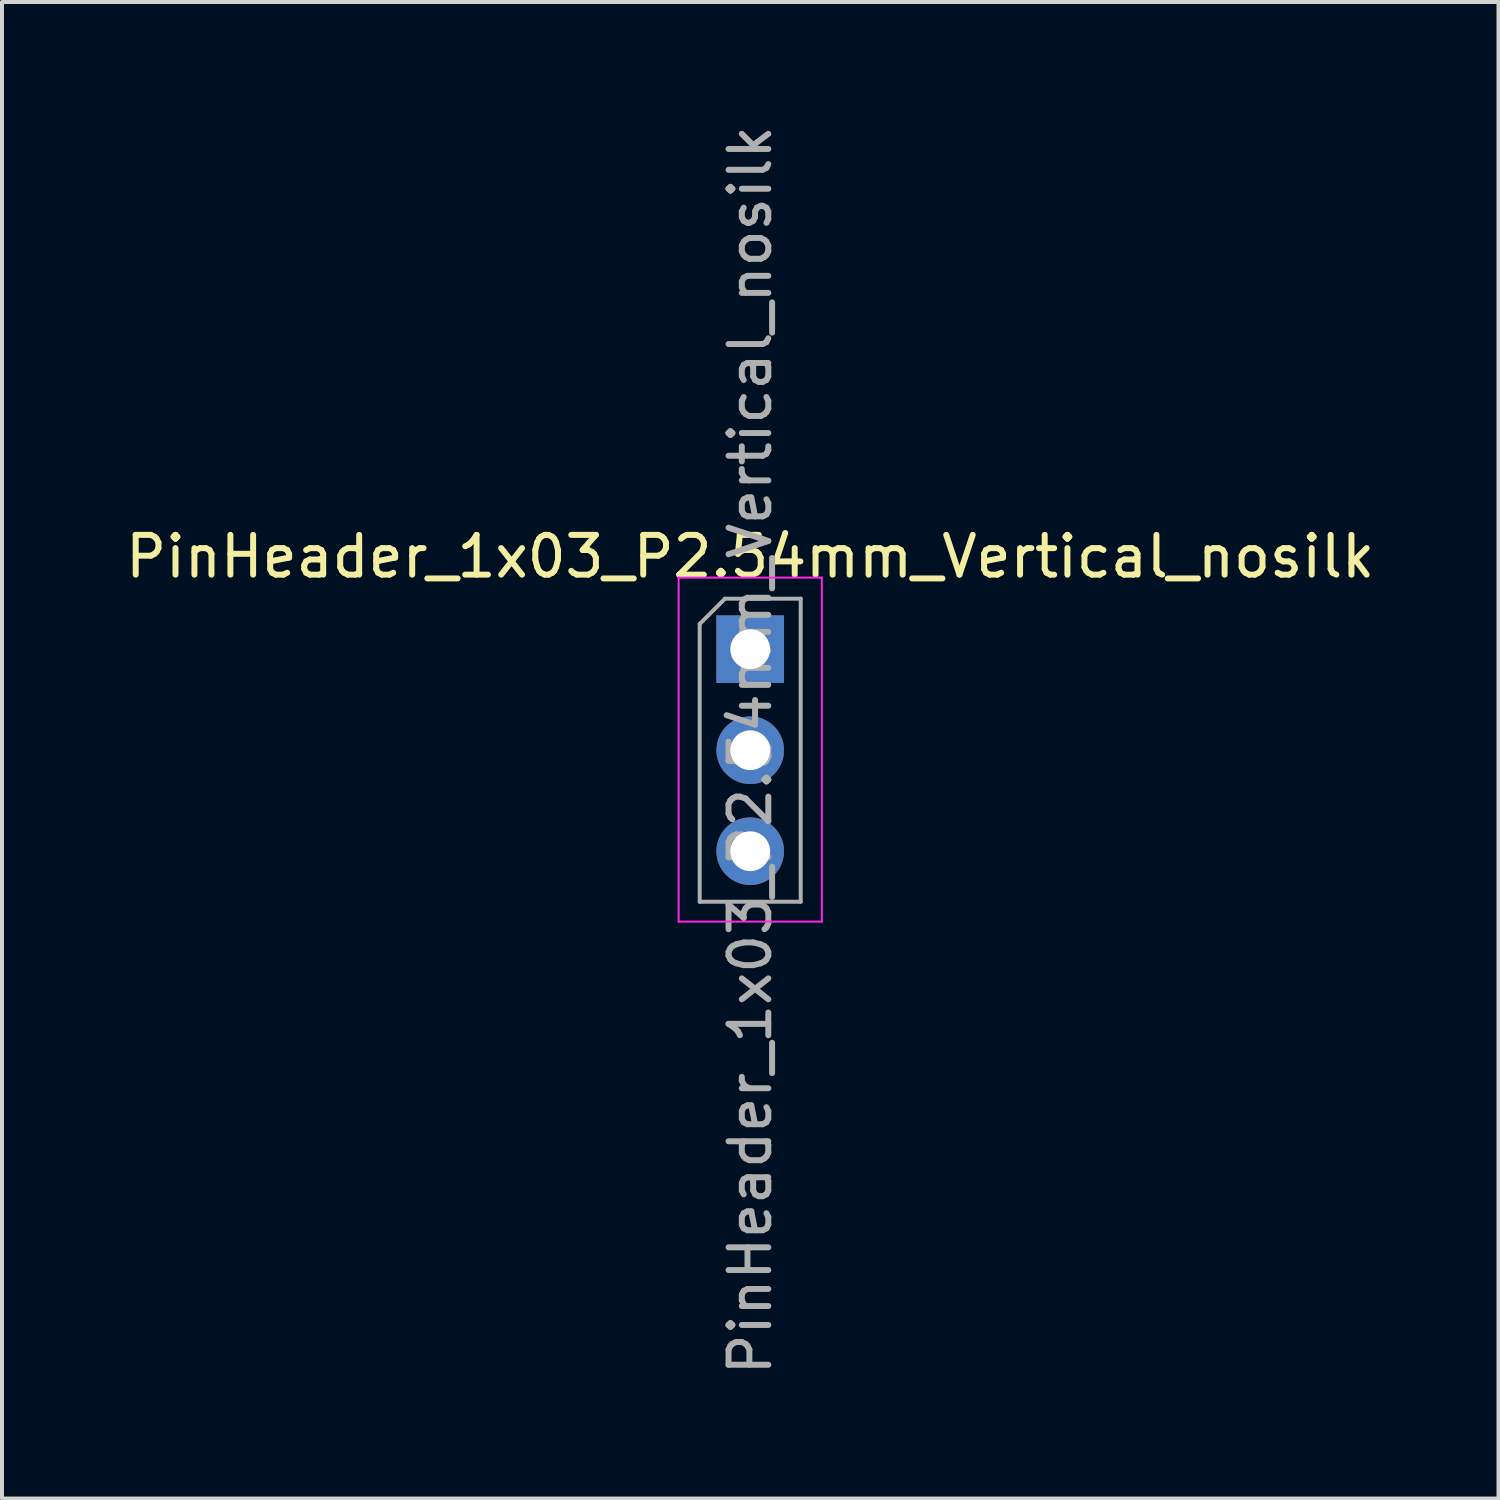
<source format=kicad_pcb>
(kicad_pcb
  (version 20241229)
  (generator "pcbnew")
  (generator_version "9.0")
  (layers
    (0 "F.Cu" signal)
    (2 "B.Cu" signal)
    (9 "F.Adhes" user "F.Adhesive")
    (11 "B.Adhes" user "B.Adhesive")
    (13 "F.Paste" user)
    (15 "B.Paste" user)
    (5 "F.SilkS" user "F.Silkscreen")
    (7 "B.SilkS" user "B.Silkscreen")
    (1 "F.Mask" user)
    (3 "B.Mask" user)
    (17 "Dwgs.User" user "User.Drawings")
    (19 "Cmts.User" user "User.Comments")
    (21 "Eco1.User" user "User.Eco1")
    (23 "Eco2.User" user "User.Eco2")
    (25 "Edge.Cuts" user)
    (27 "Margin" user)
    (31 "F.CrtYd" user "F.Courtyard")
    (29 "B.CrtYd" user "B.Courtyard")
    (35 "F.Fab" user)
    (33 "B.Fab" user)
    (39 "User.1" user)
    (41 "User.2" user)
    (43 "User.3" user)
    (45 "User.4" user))
  (footprint "PinHeader_1x03_P2.54mm_Vertical_nosilk"
    (layer "F.Cu")
    (at 15.815 13.275)
    (property "Reference" "PinHeader_1x03_P2.54mm_Vertical_nosilk" (at 0 -2.33 0) (layer "F.SilkS") (effects (font (size 1 1) (thickness 0.15))))
    (attr through_hole)
    (fp_line (start -1.8 -1.8) (end -1.8 6.85) (stroke (width 0.05) (type solid)) (layer "F.CrtYd"))
    (fp_line (start -1.8 6.85) (end 1.8 6.85) (stroke (width 0.05) (type solid)) (layer "F.CrtYd"))
    (fp_line (start 1.8 -1.8) (end -1.8 -1.8) (stroke (width 0.05) (type solid)) (layer "F.CrtYd"))
    (fp_line (start 1.8 6.85) (end 1.8 -1.8) (stroke (width 0.05) (type solid)) (layer "F.CrtYd"))
    (fp_line (start -1.27 -0.635) (end -0.635 -1.27) (stroke (width 0.1) (type solid)) (layer "F.Fab"))
    (fp_line (start -1.27 6.35) (end -1.27 -0.635) (stroke (width 0.1) (type solid)) (layer "F.Fab"))
    (fp_line (start -0.635 -1.27) (end 1.27 -1.27) (stroke (width 0.1) (type solid)) (layer "F.Fab"))
    (fp_line (start 1.27 -1.27) (end 1.27 6.35) (stroke (width 0.1) (type solid)) (layer "F.Fab"))
    (fp_line (start 1.27 6.35) (end -1.27 6.35) (stroke (width 0.1) (type solid)) (layer "F.Fab"))
    (fp_text user "${REFERENCE}" (at 0 2.54 90) (layer "F.Fab") (effects (font (size 1 1) (thickness 0.15))))
    (pad "1" thru_hole rect (at 0 0) (size 1.7 1.7) (drill 1) (layers "*.Cu" "*.Mask"))
    (pad "2" thru_hole oval (at 0 2.54) (size 1.7 1.7) (drill 1) (layers "*.Cu" "*.Mask"))
    (pad "3" thru_hole oval (at 0 5.08) (size 1.7 1.7) (drill 1) (layers "*.Cu" "*.Mask")))
  (gr_rect
    (start -3 -3)
    (end 34.631 34.631)
    (stroke (width 0.1) (type default))
    (fill no)
    (layer "Edge.Cuts")))
</source>
